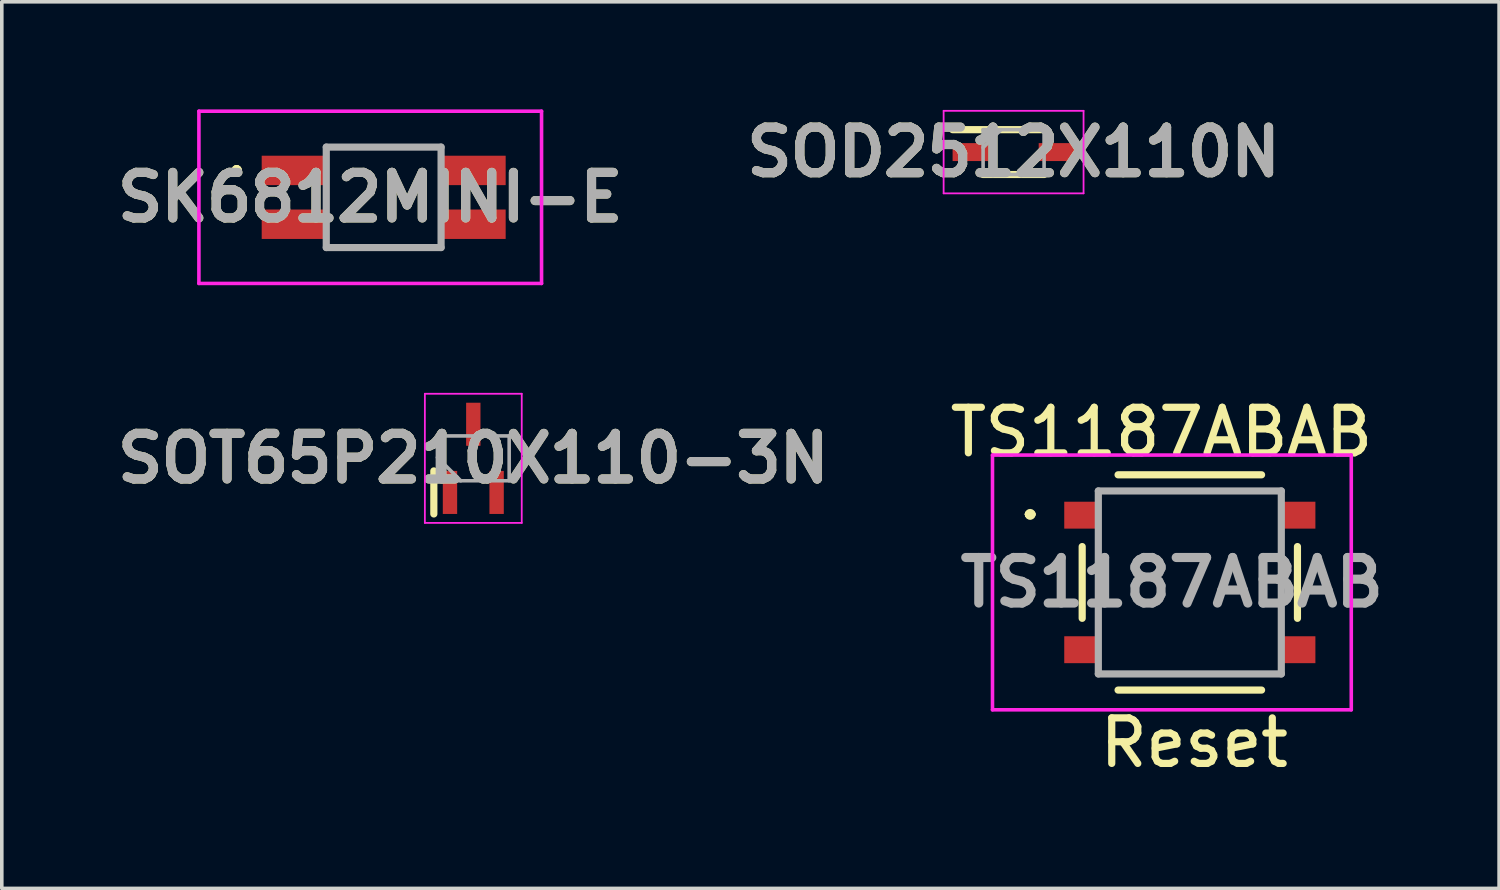
<source format=kicad_pcb>
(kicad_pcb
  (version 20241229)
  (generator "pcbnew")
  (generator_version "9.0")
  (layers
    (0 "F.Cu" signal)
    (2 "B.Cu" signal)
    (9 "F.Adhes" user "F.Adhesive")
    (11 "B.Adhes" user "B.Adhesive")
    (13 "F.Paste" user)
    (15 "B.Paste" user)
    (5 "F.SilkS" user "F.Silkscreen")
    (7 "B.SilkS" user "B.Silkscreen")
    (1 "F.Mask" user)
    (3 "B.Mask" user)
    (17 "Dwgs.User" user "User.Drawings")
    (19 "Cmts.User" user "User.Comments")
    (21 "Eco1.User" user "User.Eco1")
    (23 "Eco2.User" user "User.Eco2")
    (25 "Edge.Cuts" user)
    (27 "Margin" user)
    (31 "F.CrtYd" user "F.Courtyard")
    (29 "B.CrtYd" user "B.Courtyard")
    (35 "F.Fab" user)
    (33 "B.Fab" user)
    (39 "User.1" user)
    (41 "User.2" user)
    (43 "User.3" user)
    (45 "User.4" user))
  (footprint "SOD2512X110N"
    (layer "F.Cu")
    (at 25.201 1.189)
    (property "Reference" "SOD2512X110N" (at 0 0 0) (layer "F.SilkS") (effects (font (size 1.27 1.27) (thickness 0.254))))
    (attr smd)
    (fp_line (start -1.7 -0.625) (end 0.85 -0.625) (stroke (width 0.2) (type solid)) (layer "F.SilkS"))
    (fp_line (start -0.85 0.625) (end 0.85 0.625) (stroke (width 0.2) (type solid)) (layer "F.SilkS"))
    (fp_line (start -1.95 -1.15) (end 1.95 -1.15) (stroke (width 0.05) (type solid)) (layer "F.CrtYd"))
    (fp_line (start -1.95 1.15) (end -1.95 -1.15) (stroke (width 0.05) (type solid)) (layer "F.CrtYd"))
    (fp_line (start 1.95 -1.15) (end 1.95 1.15) (stroke (width 0.05) (type solid)) (layer "F.CrtYd"))
    (fp_line (start 1.95 1.15) (end -1.95 1.15) (stroke (width 0.05) (type solid)) (layer "F.CrtYd"))
    (fp_line (start -0.85 -0.625) (end 0.85 -0.625) (stroke (width 0.1) (type solid)) (layer "F.Fab"))
    (fp_line (start -0.85 -0.125) (end -0.35 -0.625) (stroke (width 0.1) (type solid)) (layer "F.Fab"))
    (fp_line (start -0.85 0.625) (end -0.85 -0.625) (stroke (width 0.1) (type solid)) (layer "F.Fab"))
    (fp_line (start 0.85 -0.625) (end 0.85 0.625) (stroke (width 0.1) (type solid)) (layer "F.Fab"))
    (fp_line (start 0.85 0.625) (end -0.85 0.625) (stroke (width 0.1) (type solid)) (layer "F.Fab"))
    (fp_text user "${REFERENCE}" (at 0 0 0) (layer "F.Fab") (effects (font (size 1.27 1.27) (thickness 0.254))))
    (pad "1" smd rect (at -1.2 0 90) (size 0.5 1) (layers "F.Cu" "F.Mask" "F.Paste"))
    (pad "2" smd rect (at 1.2 0 90) (size 0.5 1) (layers "F.Cu" "F.Mask" "F.Paste")))
  (footprint "SK6812MINI-E"
    (layer "F.Cu")
    (at 7.644 2.45)
    (property "Reference" "SK6812MINI-E" (at -0.375 0 0) (layer "F.SilkS") (effects (font (size 1.27 1.27) (thickness 0.254))))
    (attr smd)
    (fp_line (start -4.1 -0.8) (end -4.1 -0.8) (stroke (width 0.2) (type solid)) (layer "F.SilkS"))
    (fp_line (start -4.1 -0.7) (end -4.1 -0.7) (stroke (width 0.2) (type solid)) (layer "F.SilkS"))
    (fp_line (start -4.1 -0.7) (end -4.1 -0.7) (stroke (width 0.2) (type solid)) (layer "F.SilkS"))
    (fp_line (start -1.25 -1.4) (end -1.25 -1.4) (stroke (width 0.1) (type solid)) (layer "F.SilkS"))
    (fp_line (start -1.25 -1.4) (end 1.25 -1.4) (stroke (width 0.1) (type solid)) (layer "F.SilkS"))
    (fp_line (start -1.25 1.4) (end -1.25 1.4) (stroke (width 0.1) (type solid)) (layer "F.SilkS"))
    (fp_line (start -1.25 1.4) (end 1.25 1.4) (stroke (width 0.1) (type solid)) (layer "F.SilkS"))
    (fp_line (start 1.25 -1.4) (end -1.25 -1.4) (stroke (width 0.1) (type solid)) (layer "F.SilkS"))
    (fp_line (start 1.25 -1.4) (end 1.25 -1.4) (stroke (width 0.1) (type solid)) (layer "F.SilkS"))
    (fp_line (start 1.25 1.4) (end -1.25 1.4) (stroke (width 0.1) (type solid)) (layer "F.SilkS"))
    (fp_line (start 1.25 1.4) (end 1.25 1.4) (stroke (width 0.1) (type solid)) (layer "F.SilkS"))
    (fp_arc (start -4.1 -0.8) (mid -4.05 -0.75) (end -4.1 -0.7) (stroke (width 0.2) (type solid)) (layer "F.SilkS"))
    (fp_arc (start -4.1 -0.8) (mid -4.05 -0.75) (end -4.1 -0.7) (stroke (width 0.2) (type solid)) (layer "F.SilkS"))
    (fp_arc (start -4.1 -0.7) (mid -4.15 -0.75) (end -4.1 -0.8) (stroke (width 0.2) (type solid)) (layer "F.SilkS"))
    (fp_line (start -5.15 -2.4) (end 4.4 -2.4) (stroke (width 0.1) (type solid)) (layer "F.CrtYd"))
    (fp_line (start -5.15 2.4) (end -5.15 -2.4) (stroke (width 0.1) (type solid)) (layer "F.CrtYd"))
    (fp_line (start 4.4 -2.4) (end 4.4 2.4) (stroke (width 0.1) (type solid)) (layer "F.CrtYd"))
    (fp_line (start 4.4 2.4) (end -5.15 2.4) (stroke (width 0.1) (type solid)) (layer "F.CrtYd"))
    (fp_line (start -1.6 -1.4) (end -1.6 1.4) (stroke (width 0.2) (type solid)) (layer "F.Fab"))
    (fp_line (start -1.6 1.4) (end 1.6 1.4) (stroke (width 0.2) (type solid)) (layer "F.Fab"))
    (fp_line (start 1.6 -1.4) (end -1.6 -1.4) (stroke (width 0.2) (type solid)) (layer "F.Fab"))
    (fp_line (start 1.6 1.4) (end 1.6 -1.4) (stroke (width 0.2) (type solid)) (layer "F.Fab"))
    (fp_text user "${REFERENCE}" (at -0.375 0 0) (layer "F.Fab") (effects (font (size 1.27 1.27) (thickness 0.254))))
    (pad "1" smd rect (at -2.5 -0.75) (size 1.8 0.82) (layers "F.Cu" "F.Mask" "F.Paste"))
    (pad "2" smd rect (at -2.5 0.75) (size 1.8 0.82) (layers "F.Cu" "F.Mask" "F.Paste"))
    (pad "3" smd rect (at 2.5 0.75) (size 1.8 0.82) (layers "F.Cu" "F.Mask" "F.Paste"))
    (pad "4" smd rect (at 2.5 -0.75) (size 1.8 0.82) (layers "F.Cu" "F.Mask" "F.Paste")))
  (footprint "SOT65P210X110-3N"
    (layer "F.Cu")
    (at 10.142 9.725)
    (property "Reference" "SOT65P210X110-3N" (at 0 0 0) (layer "F.SilkS") (effects (font (size 1.27 1.27) (thickness 0.254))))
    (attr smd)
    (fp_line (start -1.1 1.55) (end -1.1 0.35) (stroke (width 0.2) (type solid)) (layer "F.SilkS"))
    (fp_line (start -1.35 -1.8) (end 1.35 -1.8) (stroke (width 0.05) (type solid)) (layer "F.CrtYd"))
    (fp_line (start -1.35 1.8) (end -1.35 -1.8) (stroke (width 0.05) (type solid)) (layer "F.CrtYd"))
    (fp_line (start 1.35 -1.8) (end 1.35 1.8) (stroke (width 0.05) (type solid)) (layer "F.CrtYd"))
    (fp_line (start 1.35 1.8) (end -1.35 1.8) (stroke (width 0.05) (type solid)) (layer "F.CrtYd"))
    (fp_line (start -1 -0.625) (end 1 -0.625) (stroke (width 0.1) (type solid)) (layer "F.Fab"))
    (fp_line (start -1 0.625) (end -1 -0.625) (stroke (width 0.1) (type solid)) (layer "F.Fab"))
    (fp_line (start -0.35 0.625) (end -1 -0.025) (stroke (width 0.1) (type solid)) (layer "F.Fab"))
    (fp_line (start 1 -0.625) (end 1 0.625) (stroke (width 0.1) (type solid)) (layer "F.Fab"))
    (fp_line (start 1 0.625) (end -1 0.625) (stroke (width 0.1) (type solid)) (layer "F.Fab"))
    (fp_text user "${REFERENCE}" (at 0 0 0) (layer "F.Fab") (effects (font (size 1.27 1.27) (thickness 0.254))))
    (pad "1" smd rect (at -0.65 0.95 180) (size 0.4 1.2) (layers "F.Cu" "F.Mask" "F.Paste"))
    (pad "2" smd rect (at 0.65 0.95 180) (size 0.4 1.2) (layers "F.Cu" "F.Mask" "F.Paste"))
    (pad "3" smd rect (at 0 -0.95 180) (size 0.4 1.2) (layers "F.Cu" "F.Mask" "F.Paste")))
  (footprint "TS1187ABAB"
    (layer "F.Cu")
    (at 30.113 13.184)
    (property "Reference" "TS1187ABAB" (at -0.79 -4.19 0) (layer "F.SilkS") (effects (font (size 1.27 1.27) (thickness 0.2))))
    (attr smd)
    (fp_line (start -4.5 -1.9) (end -4.5 -1.9) (stroke (width 0.2) (type solid)) (layer "F.SilkS"))
    (fp_line (start -4.5 -1.9) (end -4.5 -1.9) (stroke (width 0.2) (type solid)) (layer "F.SilkS"))
    (fp_line (start -4.4 -1.9) (end -4.4 -1.9) (stroke (width 0.2) (type solid)) (layer "F.SilkS"))
    (fp_line (start -3 -1) (end -3 1) (stroke (width 0.2) (type solid)) (layer "F.SilkS"))
    (fp_line (start -2 -3) (end 2 -3) (stroke (width 0.2) (type solid)) (layer "F.SilkS"))
    (fp_line (start -2 3) (end 2 3) (stroke (width 0.2) (type solid)) (layer "F.SilkS"))
    (fp_line (start 3 -1) (end 3 1) (stroke (width 0.2) (type solid)) (layer "F.SilkS"))
    (fp_arc (start -4.5 -1.9) (mid -4.45 -1.95) (end -4.4 -1.9) (stroke (width 0.2) (type solid)) (layer "F.SilkS"))
    (fp_arc (start -4.4 -1.9) (mid -4.45 -1.85) (end -4.5 -1.9) (stroke (width 0.2) (type solid)) (layer "F.SilkS"))
    (fp_arc (start -4.4 -1.9) (mid -4.45 -1.85) (end -4.5 -1.9) (stroke (width 0.2) (type solid)) (layer "F.SilkS"))
    (fp_line (start -5.5 -3.55) (end 4.5 -3.55) (stroke (width 0.1) (type solid)) (layer "F.CrtYd"))
    (fp_line (start -5.5 3.55) (end -5.5 -3.55) (stroke (width 0.1) (type solid)) (layer "F.CrtYd"))
    (fp_line (start 4.5 -3.55) (end 4.5 3.55) (stroke (width 0.1) (type solid)) (layer "F.CrtYd"))
    (fp_line (start 4.5 3.55) (end -5.5 3.55) (stroke (width 0.1) (type solid)) (layer "F.CrtYd"))
    (fp_line (start -2.55 -2.55) (end -2.55 2.55) (stroke (width 0.2) (type solid)) (layer "F.Fab"))
    (fp_line (start -2.55 2.55) (end 2.55 2.55) (stroke (width 0.2) (type solid)) (layer "F.Fab"))
    (fp_line (start 2.55 -2.55) (end -2.55 -2.55) (stroke (width 0.2) (type solid)) (layer "F.Fab"))
    (fp_line (start 2.55 2.55) (end 2.55 -2.55) (stroke (width 0.2) (type solid)) (layer "F.Fab"))
    (fp_text user "Reset" (at -2.61 5.21 0) (unlocked yes) (layer "F.SilkS") (effects (font (size 1.27 1.27) (thickness 0.2)) (justify left bottom)))
    (fp_text user "${REFERENCE}" (at -0.5 0 0) (layer "F.Fab") (effects (font (size 1.27 1.27) (thickness 0.254))))
    (pad "A1" smd rect (at -3 -1.875 90) (size 0.75 1) (layers "F.Cu" "F.Mask" "F.Paste"))
    (pad "B1" smd rect (at 3 -1.875 90) (size 0.75 1) (layers "F.Cu" "F.Mask" "F.Paste"))
    (pad "C1" smd rect (at -3 1.875 90) (size 0.75 1) (layers "F.Cu" "F.Mask" "F.Paste"))
    (pad "D1" smd rect (at 3 1.875 90) (size 0.75 1) (layers "F.Cu" "F.Mask" "F.Paste")))
  (gr_rect
    (start -3 -3)
    (end 38.733 21.712)
    (stroke (width 0.1) (type default))
    (fill no)
    (layer "Edge.Cuts")))
</source>
